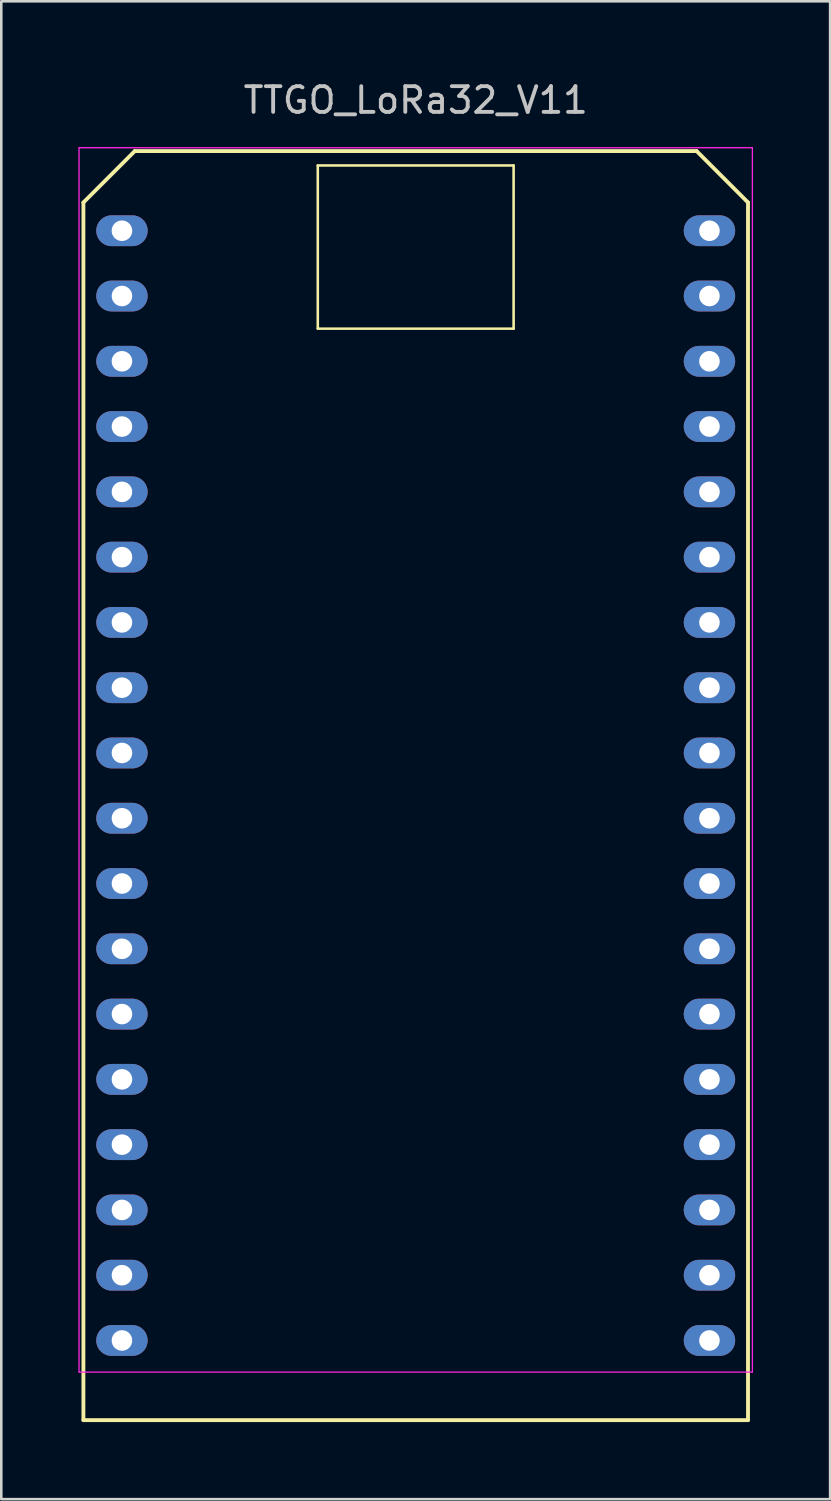
<source format=kicad_pcb>
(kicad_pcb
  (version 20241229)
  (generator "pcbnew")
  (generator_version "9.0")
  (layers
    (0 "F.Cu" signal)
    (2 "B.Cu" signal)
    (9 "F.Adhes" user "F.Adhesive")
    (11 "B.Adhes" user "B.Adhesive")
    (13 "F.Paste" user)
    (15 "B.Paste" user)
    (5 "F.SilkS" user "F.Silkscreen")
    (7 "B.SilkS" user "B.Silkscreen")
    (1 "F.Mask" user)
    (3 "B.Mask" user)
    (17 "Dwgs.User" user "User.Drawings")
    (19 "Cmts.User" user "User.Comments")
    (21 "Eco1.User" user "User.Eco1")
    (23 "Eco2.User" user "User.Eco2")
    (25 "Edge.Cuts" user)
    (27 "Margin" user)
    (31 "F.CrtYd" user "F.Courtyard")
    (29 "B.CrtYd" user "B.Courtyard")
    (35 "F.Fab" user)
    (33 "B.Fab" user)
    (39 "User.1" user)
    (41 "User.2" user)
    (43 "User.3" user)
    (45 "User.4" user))
  (footprint "TTGO_LoRa32_V11"
    (layer "F.Cu")
    (at 13.125 26.248)
    (property "Reference" "TTGO_LoRa32_V11" (at 0 -25.4 0) (layer "Dwgs.User") (effects (font (size 1 1) (thickness 0.15))))
    (attr through_hole)
    (fp_line (start -12.93 25.96) (end 12.93 25.96) (stroke (width 0.15) (type solid)) (layer "F.SilkS"))
    (fp_line (start -12.93 -21.42) (end -12.93 25.96) (stroke (width 0.15) (type solid)) (layer "F.SilkS"))
    (fp_line (start -10.93 -23.42) (end -12.93 -21.42) (stroke (width 0.15) (type solid)) (layer "F.SilkS"))
    (fp_line (start -3.81 -22.86) (end 3.81 -22.86) (stroke (width 0.1) (type solid)) (layer "F.SilkS"))
    (fp_line (start -3.81 -16.51) (end -3.81 -22.86) (stroke (width 0.1) (type solid)) (layer "F.SilkS"))
    (fp_line (start 3.81 -22.86) (end 3.81 -16.51) (stroke (width 0.1) (type solid)) (layer "F.SilkS"))
    (fp_line (start 3.81 -16.51) (end -3.81 -16.51) (stroke (width 0.1) (type solid)) (layer "F.SilkS"))
    (fp_line (start 10.93 -23.42) (end -10.93 -23.42) (stroke (width 0.15) (type solid)) (layer "F.SilkS"))
    (fp_line (start 10.93 -23.42) (end 12.93 -21.42) (stroke (width 0.15) (type solid)) (layer "F.SilkS"))
    (fp_line (start 12.93 25.96) (end 12.93 -21.42) (stroke (width 0.15) (type solid)) (layer "F.SilkS"))
    (fp_line (start -13.1 -23.55) (end 13.1 -23.55) (stroke (width 0.05) (type solid)) (layer "F.CrtYd"))
    (fp_line (start -13.1 24.09) (end -13.1 -23.55) (stroke (width 0.05) (type solid)) (layer "F.CrtYd"))
    (fp_line (start 13.1 -23.55) (end 13.1 24.09) (stroke (width 0.05) (type solid)) (layer "F.CrtYd"))
    (fp_line (start 13.1 24.09) (end -13.1 24.09) (stroke (width 0.05) (type solid)) (layer "F.CrtYd"))
    (pad "1" thru_hole oval (at -11.43 -20.32 270) (size 1.2 2) (drill 0.8) (layers "*.Cu" "*.Mask"))
    (pad "2" thru_hole oval (at -11.43 -17.78 270) (size 1.2 2) (drill 0.8) (layers "*.Cu" "*.Mask"))
    (pad "3" thru_hole oval (at -11.43 -15.24 270) (size 1.2 2) (drill 0.8) (layers "*.Cu" "*.Mask"))
    (pad "4" thru_hole oval (at -11.43 -12.7 270) (size 1.2 2) (drill 0.8) (layers "*.Cu" "*.Mask"))
    (pad "5" thru_hole oval (at -11.43 -10.16 270) (size 1.2 2) (drill 0.8) (layers "*.Cu" "*.Mask"))
    (pad "6" thru_hole oval (at -11.43 -7.62 270) (size 1.2 2) (drill 0.8) (layers "*.Cu" "*.Mask"))
    (pad "7" thru_hole oval (at -11.43 -5.08 270) (size 1.2 2) (drill 0.8) (layers "*.Cu" "*.Mask"))
    (pad "8" thru_hole oval (at -11.43 -2.54 270) (size 1.2 2) (drill 0.8) (layers "*.Cu" "*.Mask"))
    (pad "9" thru_hole oval (at -11.43 0 270) (size 1.2 2) (drill 0.8) (layers "*.Cu" "*.Mask"))
    (pad "10" thru_hole oval (at -11.43 2.54 270) (size 1.2 2) (drill 0.8) (layers "*.Cu" "*.Mask"))
    (pad "11" thru_hole oval (at -11.43 5.08 270) (size 1.2 2) (drill 0.8) (layers "*.Cu" "*.Mask"))
    (pad "12" thru_hole oval (at -11.43 7.62 270) (size 1.2 2) (drill 0.8) (layers "*.Cu" "*.Mask"))
    (pad "13" thru_hole oval (at -11.43 10.16 270) (size 1.2 2) (drill 0.8) (layers "*.Cu" "*.Mask"))
    (pad "14" thru_hole oval (at -11.43 12.7 270) (size 1.2 2) (drill 0.8) (layers "*.Cu" "*.Mask"))
    (pad "15" thru_hole oval (at -11.43 15.24 270) (size 1.2 2) (drill 0.8) (layers "*.Cu" "*.Mask"))
    (pad "16" thru_hole oval (at -11.43 17.78 270) (size 1.2 2) (drill 0.8) (layers "*.Cu" "*.Mask"))
    (pad "17" thru_hole oval (at -11.43 20.32 270) (size 1.2 2) (drill 0.8) (layers "*.Cu" "*.Mask"))
    (pad "18" thru_hole oval (at -11.43 22.86 270) (size 1.2 2) (drill 0.8) (layers "*.Cu" "*.Mask"))
    (pad "19" thru_hole oval (at 11.43 22.86 270) (size 1.2 2) (drill 0.8) (layers "*.Cu" "*.Mask"))
    (pad "20" thru_hole oval (at 11.43 20.32 270) (size 1.2 2) (drill 0.8) (layers "*.Cu" "*.Mask"))
    (pad "21" thru_hole oval (at 11.43 17.78 270) (size 1.2 2) (drill 0.8) (layers "*.Cu" "*.Mask"))
    (pad "22" thru_hole oval (at 11.43 15.24 270) (size 1.2 2) (drill 0.8) (layers "*.Cu" "*.Mask"))
    (pad "23" thru_hole oval (at 11.43 12.7 270) (size 1.2 2) (drill 0.8) (layers "*.Cu" "*.Mask"))
    (pad "24" thru_hole oval (at 11.43 10.16 270) (size 1.2 2) (drill 0.8) (layers "*.Cu" "*.Mask"))
    (pad "25" thru_hole oval (at 11.43 7.62 270) (size 1.2 2) (drill 0.8) (layers "*.Cu" "*.Mask"))
    (pad "26" thru_hole oval (at 11.43 5.08 270) (size 1.2 2) (drill 0.8) (layers "*.Cu" "*.Mask"))
    (pad "27" thru_hole oval (at 11.43 2.54 270) (size 1.2 2) (drill 0.8) (layers "*.Cu" "*.Mask"))
    (pad "28" thru_hole oval (at 11.43 0 270) (size 1.2 2) (drill 0.8) (layers "*.Cu" "*.Mask"))
    (pad "29" thru_hole oval (at 11.43 -2.54 270) (size 1.2 2) (drill 0.8) (layers "*.Cu" "*.Mask"))
    (pad "30" thru_hole oval (at 11.43 -5.08 270) (size 1.2 2) (drill 0.8) (layers "*.Cu" "*.Mask"))
    (pad "31" thru_hole oval (at 11.43 -7.62 270) (size 1.2 2) (drill 0.8) (layers "*.Cu" "*.Mask"))
    (pad "32" thru_hole oval (at 11.43 -10.16 270) (size 1.2 2) (drill 0.8) (layers "*.Cu" "*.Mask"))
    (pad "33" thru_hole oval (at 11.43 -12.7 270) (size 1.2 2) (drill 0.8) (layers "*.Cu" "*.Mask"))
    (pad "34" thru_hole oval (at 11.43 -15.24 270) (size 1.2 2) (drill 0.8) (layers "*.Cu" "*.Mask"))
    (pad "35" thru_hole oval (at 11.43 -17.78 270) (size 1.2 2) (drill 0.8) (layers "*.Cu" "*.Mask"))
    (pad "36" thru_hole oval (at 11.43 -20.32 270) (size 1.2 2) (drill 0.8) (layers "*.Cu" "*.Mask")))
  (gr_rect
    (start -3 -3)
    (end 29.25 55.283)
    (stroke (width 0.1) (type default))
    (fill no)
    (layer "Edge.Cuts")))
</source>
